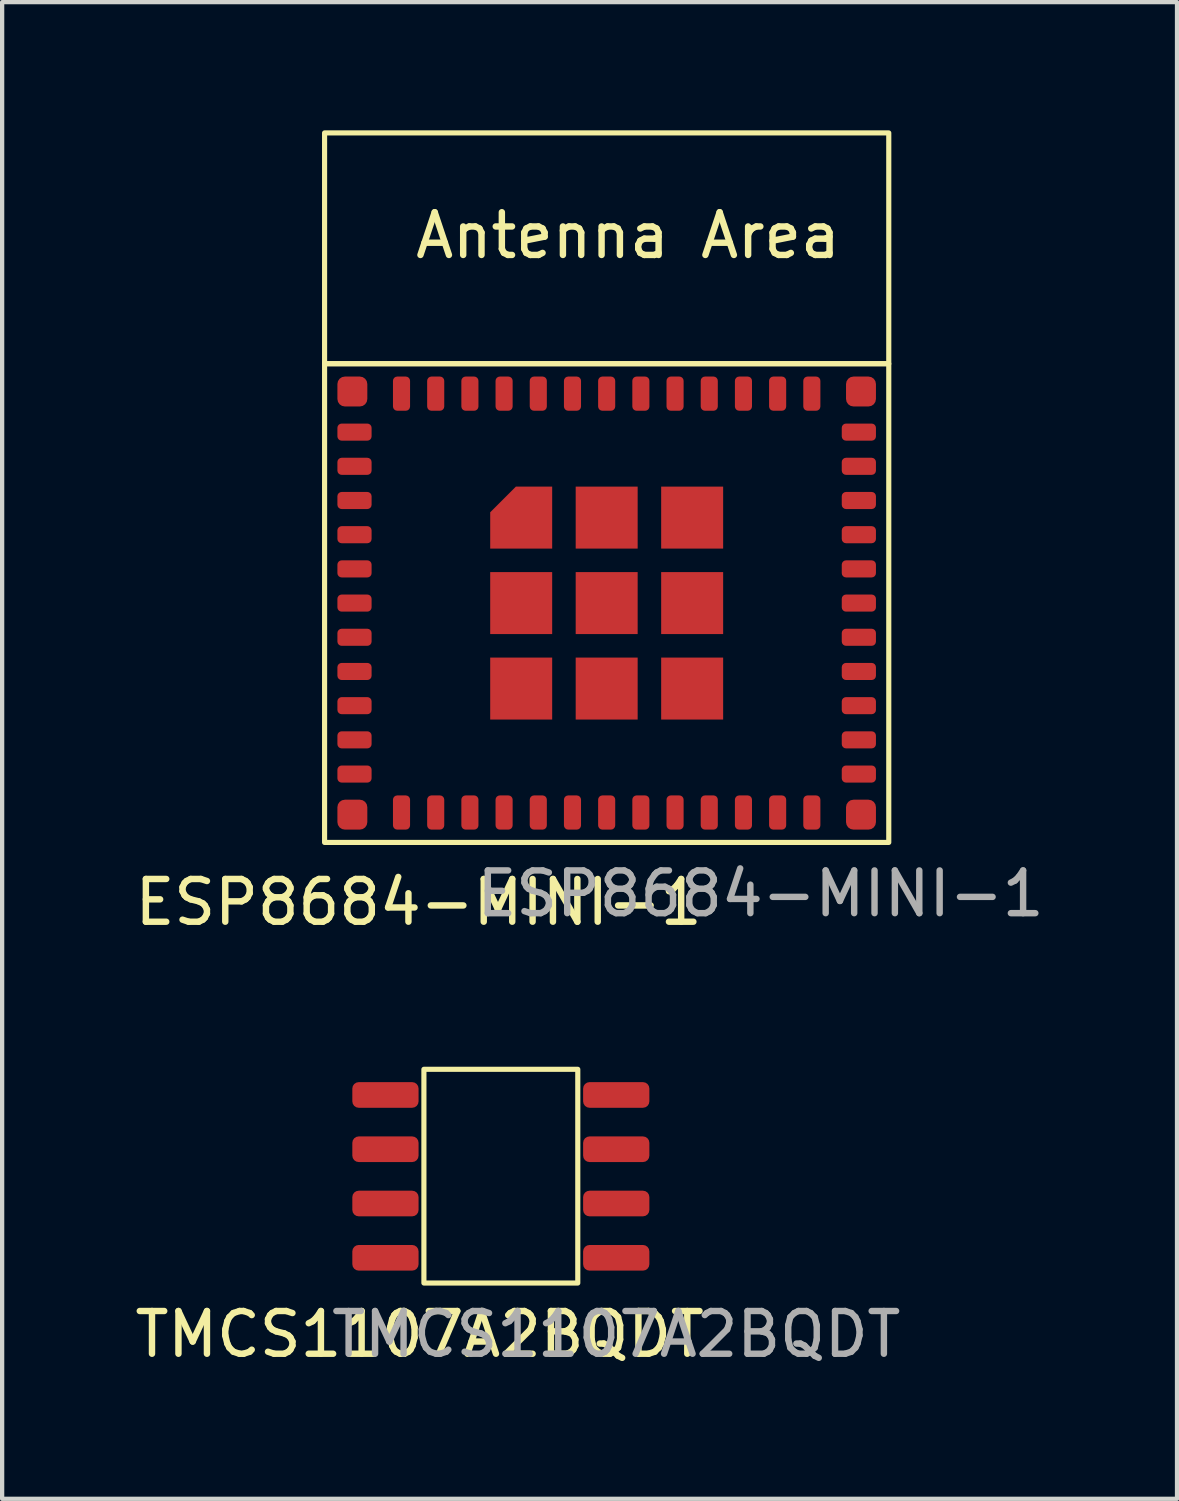
<source format=kicad_pcb>
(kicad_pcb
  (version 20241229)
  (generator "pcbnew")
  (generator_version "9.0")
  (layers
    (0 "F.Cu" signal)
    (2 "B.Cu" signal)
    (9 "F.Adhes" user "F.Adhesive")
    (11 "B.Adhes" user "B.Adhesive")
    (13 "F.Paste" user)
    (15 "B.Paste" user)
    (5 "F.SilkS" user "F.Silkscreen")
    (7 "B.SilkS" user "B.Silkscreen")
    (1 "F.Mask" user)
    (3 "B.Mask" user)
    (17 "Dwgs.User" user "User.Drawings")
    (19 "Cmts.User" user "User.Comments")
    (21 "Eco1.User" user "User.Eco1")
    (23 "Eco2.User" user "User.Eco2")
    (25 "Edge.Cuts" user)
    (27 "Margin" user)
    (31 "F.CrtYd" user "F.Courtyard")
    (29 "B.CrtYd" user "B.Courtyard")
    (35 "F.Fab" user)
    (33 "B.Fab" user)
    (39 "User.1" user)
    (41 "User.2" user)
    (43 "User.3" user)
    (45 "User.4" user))
  (footprint "TMCS1107A2BQDT"
    (layer "F.Cu")
    (at 8.768 24.368)
    (property "Reference" "TMCS1107A2BQDT" (at -2 3.8 0) (unlocked yes) (layer "F.SilkS") (effects (font (size 1 1) (thickness 0.15))))
    (attr smd)
    (fp_rect (start -1.9 -2.4) (end 1.7 2.6) (stroke (width 0.12) (type solid)) (fill no) (layer "F.SilkS"))
    (fp_text user "${REFERENCE}" (at 2.6 3.8 0) (unlocked yes) (layer "F.Fab") (effects (font (size 1 1) (thickness 0.15))))
    (pad "1" smd roundrect (at -2.8 -1.8) (size 1.55 0.6) (layers "F.Cu" "F.Mask" "F.Paste") (roundrect_rratio 0.25))
    (pad "2" smd roundrect (at -2.8 -0.53) (size 1.55 0.6) (layers "F.Cu" "F.Mask" "F.Paste") (roundrect_rratio 0.25))
    (pad "3" smd roundrect (at -2.8 0.74) (size 1.55 0.6) (layers "F.Cu" "F.Mask" "F.Paste") (roundrect_rratio 0.25))
    (pad "4" smd roundrect (at -2.8 2.01) (size 1.55 0.6) (layers "F.Cu" "F.Mask" "F.Paste") (roundrect_rratio 0.25))
    (pad "5" smd roundrect (at 2.6 2.01) (size 1.55 0.6) (layers "F.Cu" "F.Mask" "F.Paste") (roundrect_rratio 0.25))
    (pad "6" smd roundrect (at 2.6 0.74) (size 1.55 0.6) (layers "F.Cu" "F.Mask" "F.Paste") (roundrect_rratio 0.25))
    (pad "7" smd roundrect (at 2.6 -0.53) (size 1.55 0.6) (layers "F.Cu" "F.Mask" "F.Paste") (roundrect_rratio 0.25))
    (pad "8" smd roundrect (at 2.6 -1.8) (size 1.55 0.6) (layers "F.Cu" "F.Mask" "F.Paste") (roundrect_rratio 0.25)))
  (footprint "ESP8684-MINI-1"
    (layer "F.Cu")
    (at 11.144 11.06)
    (property "Reference" "ESP8684-MINI-1" (at -4.4 7 0) (unlocked yes) (layer "F.SilkS") (effects (font (size 1 1) (thickness 0.15))))
    (attr smd)
    (fp_rect (start -6.6 -5.6) (end 6.6 5.6) (stroke (width 0.12) (type solid)) (fill no) (layer "F.SilkS"))
    (fp_rect (start 6.6 -5.6) (end -6.6 -11) (stroke (width 0.12) (type solid)) (fill no) (layer "F.SilkS"))
    (fp_text user "Antenna Area" (at 0.5 -8.6 0) (unlocked yes) (layer "F.SilkS") (effects (font (size 1 1) (thickness 0.15))))
    (fp_text user "${REFERENCE}" (at 3.6 6.8 0) (unlocked yes) (layer "F.Fab") (effects (font (size 1 1) (thickness 0.15))))
    (pad "" smd roundrect (at -2 -2) (size 1.45 1.45) (layers "F.Cu" "F.Mask" "F.Paste") (roundrect_rratio 0) (chamfer_ratio 0.414) (chamfer top_left))
    (pad "" smd rect (at -2 0 90) (size 1.45 1.45) (layers "F.Cu" "F.Mask" "F.Paste"))
    (pad "" smd rect (at -2 2 90) (size 1.45 1.45) (layers "F.Cu" "F.Mask" "F.Paste"))
    (pad "" smd rect (at 0 -2 90) (size 1.45 1.45) (layers "F.Cu" "F.Mask" "F.Paste"))
    (pad "" smd rect (at 0 2 90) (size 1.45 1.45) (layers "F.Cu" "F.Mask" "F.Paste"))
    (pad "" smd rect (at 2 -2 90) (size 1.45 1.45) (layers "F.Cu" "F.Mask" "F.Paste"))
    (pad "" smd rect (at 2 0 90) (size 1.45 1.45) (layers "F.Cu" "F.Mask" "F.Paste"))
    (pad "" smd rect (at 2 2 90) (size 1.45 1.45) (layers "F.Cu" "F.Mask" "F.Paste"))
    (pad "1" smd roundrect (at -5.9 -4) (size 0.8 0.4) (layers "F.Cu" "F.Mask" "F.Paste") (roundrect_rratio 0.25))
    (pad "2" smd roundrect (at -5.9 -3.2) (size 0.8 0.4) (layers "F.Cu" "F.Mask" "F.Paste") (roundrect_rratio 0.25))
    (pad "3" smd roundrect (at -5.9 -2.4) (size 0.8 0.4) (layers "F.Cu" "F.Mask" "F.Paste") (roundrect_rratio 0.25))
    (pad "4" smd roundrect (at -5.9 -1.6) (size 0.8 0.4) (layers "F.Cu" "F.Mask" "F.Paste") (roundrect_rratio 0.25))
    (pad "5" smd roundrect (at -5.9 -0.8) (size 0.8 0.4) (layers "F.Cu" "F.Mask" "F.Paste") (roundrect_rratio 0.25))
    (pad "6" smd roundrect (at -5.9 0) (size 0.8 0.4) (layers "F.Cu" "F.Mask" "F.Paste") (roundrect_rratio 0.25))
    (pad "7" smd roundrect (at -5.9 0.8) (size 0.8 0.4) (layers "F.Cu" "F.Mask" "F.Paste") (roundrect_rratio 0.25))
    (pad "8" smd roundrect (at -5.9 1.6) (size 0.8 0.4) (layers "F.Cu" "F.Mask" "F.Paste") (roundrect_rratio 0.25))
    (pad "9" smd roundrect (at -5.9 2.4) (size 0.8 0.4) (layers "F.Cu" "F.Mask" "F.Paste") (roundrect_rratio 0.25))
    (pad "10" smd roundrect (at -5.9 3.2) (size 0.8 0.4) (layers "F.Cu" "F.Mask" "F.Paste") (roundrect_rratio 0.25))
    (pad "11" smd roundrect (at -5.9 4) (size 0.8 0.4) (layers "F.Cu" "F.Mask" "F.Paste") (roundrect_rratio 0.25))
    (pad "12" smd roundrect (at -4.8 4.9 90) (size 0.8 0.4) (layers "F.Cu" "F.Mask" "F.Paste") (roundrect_rratio 0.25))
    (pad "13" smd roundrect (at -4 4.9 90) (size 0.8 0.4) (layers "F.Cu" "F.Mask" "F.Paste") (roundrect_rratio 0.25))
    (pad "14" smd roundrect (at -3.2 4.9 90) (size 0.8 0.4) (layers "F.Cu" "F.Mask" "F.Paste") (roundrect_rratio 0.25))
    (pad "15" smd roundrect (at -2.4 4.9 90) (size 0.8 0.4) (layers "F.Cu" "F.Mask" "F.Paste") (roundrect_rratio 0.25))
    (pad "16" smd roundrect (at -1.6 4.9 90) (size 0.8 0.4) (layers "F.Cu" "F.Mask" "F.Paste") (roundrect_rratio 0.25))
    (pad "17" smd roundrect (at -0.8 4.9 90) (size 0.8 0.4) (layers "F.Cu" "F.Mask" "F.Paste") (roundrect_rratio 0.25))
    (pad "18" smd roundrect (at 0 4.9 90) (size 0.8 0.4) (layers "F.Cu" "F.Mask" "F.Paste") (roundrect_rratio 0.25))
    (pad "19" smd roundrect (at 0.8 4.9 90) (size 0.8 0.4) (layers "F.Cu" "F.Mask" "F.Paste") (roundrect_rratio 0.25))
    (pad "20" smd roundrect (at 1.6 4.9 90) (size 0.8 0.4) (layers "F.Cu" "F.Mask" "F.Paste") (roundrect_rratio 0.25))
    (pad "21" smd roundrect (at 2.4 4.9 90) (size 0.8 0.4) (layers "F.Cu" "F.Mask" "F.Paste") (roundrect_rratio 0.25))
    (pad "22" smd roundrect (at 3.2 4.9 90) (size 0.8 0.4) (layers "F.Cu" "F.Mask" "F.Paste") (roundrect_rratio 0.25))
    (pad "23" smd roundrect (at 4 4.9 90) (size 0.8 0.4) (layers "F.Cu" "F.Mask" "F.Paste") (roundrect_rratio 0.25))
    (pad "24" smd roundrect (at 4.8 4.9 90) (size 0.8 0.4) (layers "F.Cu" "F.Mask" "F.Paste") (roundrect_rratio 0.25))
    (pad "25" smd roundrect (at 5.9 4) (size 0.8 0.4) (layers "F.Cu" "F.Mask" "F.Paste") (roundrect_rratio 0.25))
    (pad "26" smd roundrect (at 5.9 3.2) (size 0.8 0.4) (layers "F.Cu" "F.Mask" "F.Paste") (roundrect_rratio 0.25))
    (pad "27" smd roundrect (at 5.9 2.4) (size 0.8 0.4) (layers "F.Cu" "F.Mask" "F.Paste") (roundrect_rratio 0.25))
    (pad "28" smd roundrect (at 5.9 1.6) (size 0.8 0.4) (layers "F.Cu" "F.Mask" "F.Paste") (roundrect_rratio 0.25))
    (pad "29" smd roundrect (at 5.9 0.8) (size 0.8 0.4) (layers "F.Cu" "F.Mask" "F.Paste") (roundrect_rratio 0.25))
    (pad "30" smd roundrect (at 5.9 0) (size 0.8 0.4) (layers "F.Cu" "F.Mask" "F.Paste") (roundrect_rratio 0.25))
    (pad "31" smd roundrect (at 5.9 -0.8) (size 0.8 0.4) (layers "F.Cu" "F.Mask" "F.Paste") (roundrect_rratio 0.25))
    (pad "32" smd roundrect (at 5.9 -1.6) (size 0.8 0.4) (layers "F.Cu" "F.Mask" "F.Paste") (roundrect_rratio 0.25))
    (pad "33" smd roundrect (at 5.9 -2.4) (size 0.8 0.4) (layers "F.Cu" "F.Mask" "F.Paste") (roundrect_rratio 0.25))
    (pad "34" smd roundrect (at 5.9 -3.2) (size 0.8 0.4) (layers "F.Cu" "F.Mask" "F.Paste") (roundrect_rratio 0.25))
    (pad "35" smd roundrect (at 5.9 -4) (size 0.8 0.4) (layers "F.Cu" "F.Mask" "F.Paste") (roundrect_rratio 0.25))
    (pad "36" smd roundrect (at 4.8 -4.9 90) (size 0.8 0.4) (layers "F.Cu" "F.Mask" "F.Paste") (roundrect_rratio 0.25))
    (pad "37" smd roundrect (at 4 -4.9 90) (size 0.8 0.4) (layers "F.Cu" "F.Mask" "F.Paste") (roundrect_rratio 0.25))
    (pad "38" smd roundrect (at 3.2 -4.9 90) (size 0.8 0.4) (layers "F.Cu" "F.Mask" "F.Paste") (roundrect_rratio 0.25))
    (pad "39" smd roundrect (at 2.4 -4.9 90) (size 0.8 0.4) (layers "F.Cu" "F.Mask" "F.Paste") (roundrect_rratio 0.25))
    (pad "40" smd roundrect (at 1.6 -4.9 90) (size 0.8 0.4) (layers "F.Cu" "F.Mask" "F.Paste") (roundrect_rratio 0.25))
    (pad "41" smd roundrect (at 0.8 -4.9 90) (size 0.8 0.4) (layers "F.Cu" "F.Mask" "F.Paste") (roundrect_rratio 0.25))
    (pad "42" smd roundrect (at 0 -4.9 90) (size 0.8 0.4) (layers "F.Cu" "F.Mask" "F.Paste") (roundrect_rratio 0.25))
    (pad "43" smd roundrect (at -0.8 -4.9 90) (size 0.8 0.4) (layers "F.Cu" "F.Mask" "F.Paste") (roundrect_rratio 0.25))
    (pad "44" smd roundrect (at -1.6 -4.9 90) (size 0.8 0.4) (layers "F.Cu" "F.Mask" "F.Paste") (roundrect_rratio 0.25))
    (pad "45" smd roundrect (at -2.4 -4.9 90) (size 0.8 0.4) (layers "F.Cu" "F.Mask" "F.Paste") (roundrect_rratio 0.25))
    (pad "46" smd roundrect (at -3.2 -4.9 90) (size 0.8 0.4) (layers "F.Cu" "F.Mask" "F.Paste") (roundrect_rratio 0.25))
    (pad "47" smd roundrect (at -4 -4.9 90) (size 0.8 0.4) (layers "F.Cu" "F.Mask" "F.Paste") (roundrect_rratio 0.25))
    (pad "48" smd roundrect (at -4.8 -4.9 90) (size 0.8 0.4) (layers "F.Cu" "F.Mask" "F.Paste") (roundrect_rratio 0.25))
    (pad "49" smd rect (at 0 0 90) (size 1.45 1.45) (layers "F.Cu" "F.Mask" "F.Paste"))
    (pad "50" smd roundrect (at 5.95 -4.95) (size 0.7 0.7) (layers "F.Cu" "F.Mask" "F.Paste") (roundrect_rratio 0.25))
    (pad "51" smd roundrect (at 5.95 4.95) (size 0.7 0.7) (layers "F.Cu" "F.Mask" "F.Paste") (roundrect_rratio 0.25))
    (pad "52" smd roundrect (at -5.95 4.95) (size 0.7 0.7) (layers "F.Cu" "F.Mask" "F.Paste") (roundrect_rratio 0.25))
    (pad "53" smd roundrect (at -5.95 -4.95) (size 0.7 0.7) (layers "F.Cu" "F.Mask" "F.Paste") (roundrect_rratio 0.25)))
  (gr_rect
    (start -3 -3)
    (end 24.488 32.017)
    (stroke (width 0.1) (type default))
    (fill no)
    (layer "Edge.Cuts")))
</source>
